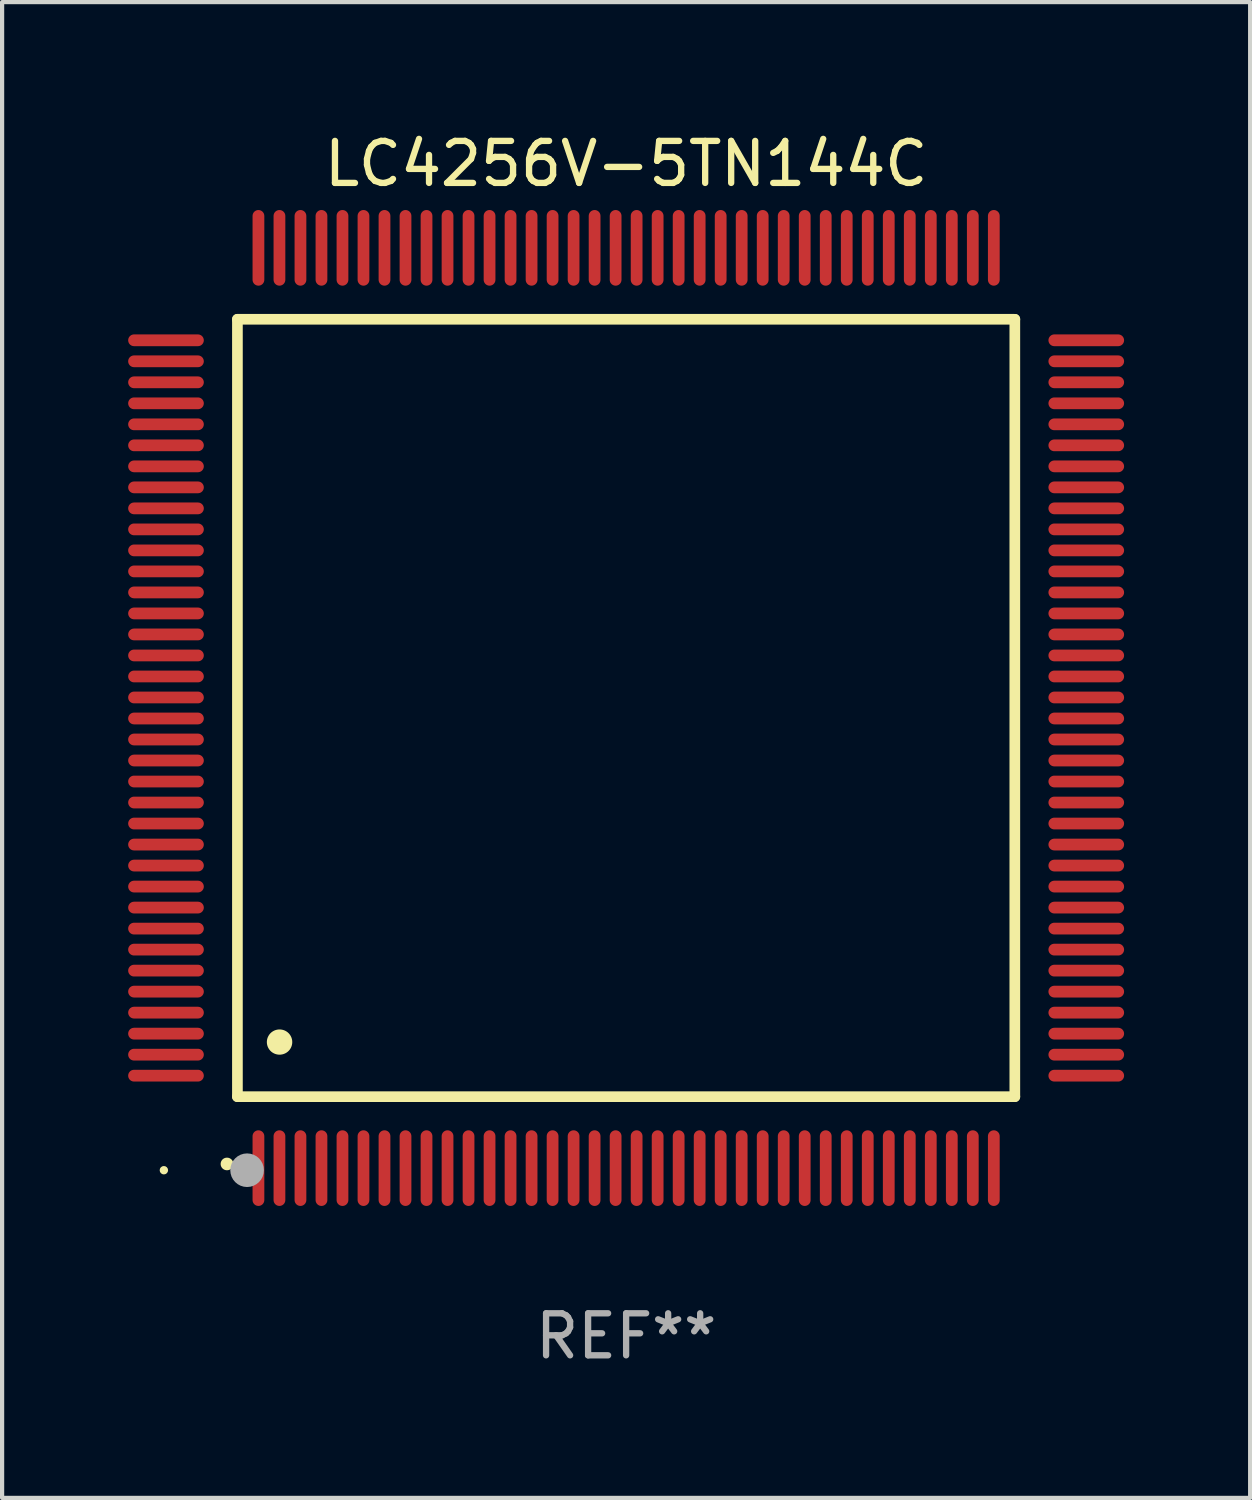
<source format=kicad_pcb>
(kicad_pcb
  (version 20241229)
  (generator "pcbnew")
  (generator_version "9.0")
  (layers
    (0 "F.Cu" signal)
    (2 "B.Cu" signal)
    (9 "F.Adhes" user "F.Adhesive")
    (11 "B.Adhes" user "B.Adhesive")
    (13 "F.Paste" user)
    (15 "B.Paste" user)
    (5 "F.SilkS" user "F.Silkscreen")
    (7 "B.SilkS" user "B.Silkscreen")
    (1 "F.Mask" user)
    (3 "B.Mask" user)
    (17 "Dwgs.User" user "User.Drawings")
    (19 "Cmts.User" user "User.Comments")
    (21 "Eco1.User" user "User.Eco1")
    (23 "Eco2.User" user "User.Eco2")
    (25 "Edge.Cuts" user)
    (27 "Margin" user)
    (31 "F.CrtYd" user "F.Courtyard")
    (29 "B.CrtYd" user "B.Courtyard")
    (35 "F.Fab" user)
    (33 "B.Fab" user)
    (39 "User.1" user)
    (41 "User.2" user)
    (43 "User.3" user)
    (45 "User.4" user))
  (footprint "LC4256V-5TN144C"
    (layer "F.Cu")
    (at 11.85 13.798)
    (property "Reference" "LC4256V-5TN144C" (at 0 -12.95 0) (layer "F.SilkS") (effects (font (size 1 1) (thickness 0.15))))
    (attr through_hole)
    (fp_line (start -9.25 -9.25) (end -9.25 9.25) (stroke (width 0.254) (type solid)) (layer "F.SilkS"))
    (fp_line (start -9.25 9.25) (end 9.25 9.25) (stroke (width 0.254) (type solid)) (layer "F.SilkS"))
    (fp_line (start 9.25 -9.25) (end -9.25 -9.25) (stroke (width 0.254) (type solid)) (layer "F.SilkS"))
    (fp_line (start 9.25 9.25) (end 9.25 -9.25) (stroke (width 0.254) (type solid)) (layer "F.SilkS"))
    (fp_arc (start -9.499619 10.850902) (mid -9.498349 10.850897) (end -9.497079 10.850902) (stroke (width 0.3) (type solid)) (layer "F.SilkS"))
    (fp_arc (start -8.249936 7.950216) (mid -8.247396 7.950205) (end -8.244856 7.950216) (stroke (width 0.6) (type solid)) (layer "F.SilkS"))
    (fp_circle (center -11 11) (end -10.95 11) (stroke (width 0.1) (type solid)) (fill no) (layer "F.SilkS"))
    (fp_circle (center -9.02 11) (end -8.82 11) (stroke (width 0.4) (type solid)) (fill no) (layer "F.Fab"))
    (fp_text user "REF**" (at 0 14.95 0) (layer "F.Fab") (effects (font (size 1 1) (thickness 0.15))))
    (pad "1" smd oval (at -8.75 10.95) (size 0.28 1.8) (layers "F.Cu" "F.Mask" "F.Paste"))
    (pad "2" smd oval (at -8.25 10.95) (size 0.28 1.8) (layers "F.Cu" "F.Mask" "F.Paste"))
    (pad "3" smd oval (at -7.75 10.95) (size 0.28 1.8) (layers "F.Cu" "F.Mask" "F.Paste"))
    (pad "4" smd oval (at -7.25 10.95) (size 0.28 1.8) (layers "F.Cu" "F.Mask" "F.Paste"))
    (pad "5" smd oval (at -6.75 10.95) (size 0.28 1.8) (layers "F.Cu" "F.Mask" "F.Paste"))
    (pad "6" smd oval (at -6.25 10.95) (size 0.28 1.8) (layers "F.Cu" "F.Mask" "F.Paste"))
    (pad "7" smd oval (at -5.75 10.95) (size 0.28 1.8) (layers "F.Cu" "F.Mask" "F.Paste"))
    (pad "8" smd oval (at -5.25 10.95) (size 0.28 1.8) (layers "F.Cu" "F.Mask" "F.Paste"))
    (pad "9" smd oval (at -4.75 10.95) (size 0.28 1.8) (layers "F.Cu" "F.Mask" "F.Paste"))
    (pad "10" smd oval (at -4.25 10.95) (size 0.28 1.8) (layers "F.Cu" "F.Mask" "F.Paste"))
    (pad "11" smd oval (at -3.75 10.95) (size 0.28 1.8) (layers "F.Cu" "F.Mask" "F.Paste"))
    (pad "12" smd oval (at -3.25 10.95) (size 0.28 1.8) (layers "F.Cu" "F.Mask" "F.Paste"))
    (pad "13" smd oval (at -2.75 10.95) (size 0.28 1.8) (layers "F.Cu" "F.Mask" "F.Paste"))
    (pad "14" smd oval (at -2.25 10.95) (size 0.28 1.8) (layers "F.Cu" "F.Mask" "F.Paste"))
    (pad "15" smd oval (at -1.75 10.95) (size 0.28 1.8) (layers "F.Cu" "F.Mask" "F.Paste"))
    (pad "16" smd oval (at -1.25 10.95) (size 0.28 1.8) (layers "F.Cu" "F.Mask" "F.Paste"))
    (pad "17" smd oval (at -0.75 10.95) (size 0.28 1.8) (layers "F.Cu" "F.Mask" "F.Paste"))
    (pad "18" smd oval (at -0.25 10.95) (size 0.28 1.8) (layers "F.Cu" "F.Mask" "F.Paste"))
    (pad "19" smd oval (at 0.25 10.95) (size 0.28 1.8) (layers "F.Cu" "F.Mask" "F.Paste"))
    (pad "20" smd oval (at 0.75 10.95) (size 0.28 1.8) (layers "F.Cu" "F.Mask" "F.Paste"))
    (pad "21" smd oval (at 1.25 10.95) (size 0.28 1.8) (layers "F.Cu" "F.Mask" "F.Paste"))
    (pad "22" smd oval (at 1.75 10.95) (size 0.28 1.8) (layers "F.Cu" "F.Mask" "F.Paste"))
    (pad "23" smd oval (at 2.25 10.95) (size 0.28 1.8) (layers "F.Cu" "F.Mask" "F.Paste"))
    (pad "24" smd oval (at 2.75 10.95) (size 0.28 1.8) (layers "F.Cu" "F.Mask" "F.Paste"))
    (pad "25" smd oval (at 3.25 10.95) (size 0.28 1.8) (layers "F.Cu" "F.Mask" "F.Paste"))
    (pad "26" smd oval (at 3.75 10.95) (size 0.28 1.8) (layers "F.Cu" "F.Mask" "F.Paste"))
    (pad "27" smd oval (at 4.25 10.95) (size 0.28 1.8) (layers "F.Cu" "F.Mask" "F.Paste"))
    (pad "28" smd oval (at 4.75 10.95) (size 0.28 1.8) (layers "F.Cu" "F.Mask" "F.Paste"))
    (pad "29" smd oval (at 5.25 10.95) (size 0.28 1.8) (layers "F.Cu" "F.Mask" "F.Paste"))
    (pad "30" smd oval (at 5.75 10.95) (size 0.28 1.8) (layers "F.Cu" "F.Mask" "F.Paste"))
    (pad "31" smd oval (at 6.25 10.95) (size 0.28 1.8) (layers "F.Cu" "F.Mask" "F.Paste"))
    (pad "32" smd oval (at 6.75 10.95) (size 0.28 1.8) (layers "F.Cu" "F.Mask" "F.Paste"))
    (pad "33" smd oval (at 7.25 10.95) (size 0.28 1.8) (layers "F.Cu" "F.Mask" "F.Paste"))
    (pad "34" smd oval (at 7.75 10.95) (size 0.28 1.8) (layers "F.Cu" "F.Mask" "F.Paste"))
    (pad "35" smd oval (at 8.25 10.95) (size 0.28 1.8) (layers "F.Cu" "F.Mask" "F.Paste"))
    (pad "36" smd oval (at 8.75 10.95) (size 0.28 1.8) (layers "F.Cu" "F.Mask" "F.Paste"))
    (pad "37" smd oval (at 10.95 8.75) (size 1.8 0.28) (layers "F.Cu" "F.Mask" "F.Paste"))
    (pad "38" smd oval (at 10.95 8.25) (size 1.8 0.28) (layers "F.Cu" "F.Mask" "F.Paste"))
    (pad "39" smd oval (at 10.95 7.75) (size 1.8 0.28) (layers "F.Cu" "F.Mask" "F.Paste"))
    (pad "40" smd oval (at 10.95 7.25) (size 1.8 0.28) (layers "F.Cu" "F.Mask" "F.Paste"))
    (pad "41" smd oval (at 10.95 6.75) (size 1.8 0.28) (layers "F.Cu" "F.Mask" "F.Paste"))
    (pad "42" smd oval (at 10.95 6.25) (size 1.8 0.28) (layers "F.Cu" "F.Mask" "F.Paste"))
    (pad "43" smd oval (at 10.95 5.75) (size 1.8 0.28) (layers "F.Cu" "F.Mask" "F.Paste"))
    (pad "44" smd oval (at 10.95 5.25) (size 1.8 0.28) (layers "F.Cu" "F.Mask" "F.Paste"))
    (pad "45" smd oval (at 10.95 4.75) (size 1.8 0.28) (layers "F.Cu" "F.Mask" "F.Paste"))
    (pad "46" smd oval (at 10.95 4.25) (size 1.8 0.28) (layers "F.Cu" "F.Mask" "F.Paste"))
    (pad "47" smd oval (at 10.95 3.75) (size 1.8 0.28) (layers "F.Cu" "F.Mask" "F.Paste"))
    (pad "48" smd oval (at 10.95 3.25) (size 1.8 0.28) (layers "F.Cu" "F.Mask" "F.Paste"))
    (pad "49" smd oval (at 10.95 2.75) (size 1.8 0.28) (layers "F.Cu" "F.Mask" "F.Paste"))
    (pad "50" smd oval (at 10.95 2.25) (size 1.8 0.28) (layers "F.Cu" "F.Mask" "F.Paste"))
    (pad "51" smd oval (at 10.95 1.75) (size 1.8 0.28) (layers "F.Cu" "F.Mask" "F.Paste"))
    (pad "52" smd oval (at 10.95 1.25) (size 1.8 0.28) (layers "F.Cu" "F.Mask" "F.Paste"))
    (pad "53" smd oval (at 10.95 0.75) (size 1.8 0.28) (layers "F.Cu" "F.Mask" "F.Paste"))
    (pad "54" smd oval (at 10.95 0.25) (size 1.8 0.28) (layers "F.Cu" "F.Mask" "F.Paste"))
    (pad "55" smd oval (at 10.95 -0.25) (size 1.8 0.28) (layers "F.Cu" "F.Mask" "F.Paste"))
    (pad "56" smd oval (at 10.95 -0.75) (size 1.8 0.28) (layers "F.Cu" "F.Mask" "F.Paste"))
    (pad "57" smd oval (at 10.95 -1.25) (size 1.8 0.28) (layers "F.Cu" "F.Mask" "F.Paste"))
    (pad "58" smd oval (at 10.95 -1.75) (size 1.8 0.28) (layers "F.Cu" "F.Mask" "F.Paste"))
    (pad "59" smd oval (at 10.95 -2.25) (size 1.8 0.28) (layers "F.Cu" "F.Mask" "F.Paste"))
    (pad "60" smd oval (at 10.95 -2.75) (size 1.8 0.28) (layers "F.Cu" "F.Mask" "F.Paste"))
    (pad "61" smd oval (at 10.95 -3.25) (size 1.8 0.28) (layers "F.Cu" "F.Mask" "F.Paste"))
    (pad "62" smd oval (at 10.95 -3.75) (size 1.8 0.28) (layers "F.Cu" "F.Mask" "F.Paste"))
    (pad "63" smd oval (at 10.95 -4.25) (size 1.8 0.28) (layers "F.Cu" "F.Mask" "F.Paste"))
    (pad "64" smd oval (at 10.95 -4.75) (size 1.8 0.28) (layers "F.Cu" "F.Mask" "F.Paste"))
    (pad "65" smd oval (at 10.95 -5.25) (size 1.8 0.28) (layers "F.Cu" "F.Mask" "F.Paste"))
    (pad "66" smd oval (at 10.95 -5.75) (size 1.8 0.28) (layers "F.Cu" "F.Mask" "F.Paste"))
    (pad "67" smd oval (at 10.95 -6.25) (size 1.8 0.28) (layers "F.Cu" "F.Mask" "F.Paste"))
    (pad "68" smd oval (at 10.95 -6.75) (size 1.8 0.28) (layers "F.Cu" "F.Mask" "F.Paste"))
    (pad "69" smd oval (at 10.95 -7.25) (size 1.8 0.28) (layers "F.Cu" "F.Mask" "F.Paste"))
    (pad "70" smd oval (at 10.95 -7.75) (size 1.8 0.28) (layers "F.Cu" "F.Mask" "F.Paste"))
    (pad "71" smd oval (at 10.95 -8.25) (size 1.8 0.28) (layers "F.Cu" "F.Mask" "F.Paste"))
    (pad "72" smd oval (at 10.95 -8.75) (size 1.8 0.28) (layers "F.Cu" "F.Mask" "F.Paste"))
    (pad "73" smd oval (at 8.75 -10.95) (size 0.28 1.8) (layers "F.Cu" "F.Mask" "F.Paste"))
    (pad "74" smd oval (at 8.25 -10.95) (size 0.28 1.8) (layers "F.Cu" "F.Mask" "F.Paste"))
    (pad "75" smd oval (at 7.75 -10.95) (size 0.28 1.8) (layers "F.Cu" "F.Mask" "F.Paste"))
    (pad "76" smd oval (at 7.25 -10.95) (size 0.28 1.8) (layers "F.Cu" "F.Mask" "F.Paste"))
    (pad "77" smd oval (at 6.75 -10.95) (size 0.28 1.8) (layers "F.Cu" "F.Mask" "F.Paste"))
    (pad "78" smd oval (at 6.25 -10.95) (size 0.28 1.8) (layers "F.Cu" "F.Mask" "F.Paste"))
    (pad "79" smd oval (at 5.75 -10.95) (size 0.28 1.8) (layers "F.Cu" "F.Mask" "F.Paste"))
    (pad "80" smd oval (at 5.25 -10.95) (size 0.28 1.8) (layers "F.Cu" "F.Mask" "F.Paste"))
    (pad "81" smd oval (at 4.75 -10.95) (size 0.28 1.8) (layers "F.Cu" "F.Mask" "F.Paste"))
    (pad "82" smd oval (at 4.25 -10.95) (size 0.28 1.8) (layers "F.Cu" "F.Mask" "F.Paste"))
    (pad "83" smd oval (at 3.75 -10.95) (size 0.28 1.8) (layers "F.Cu" "F.Mask" "F.Paste"))
    (pad "84" smd oval (at 3.25 -10.95) (size 0.28 1.8) (layers "F.Cu" "F.Mask" "F.Paste"))
    (pad "85" smd oval (at 2.75 -10.95) (size 0.28 1.8) (layers "F.Cu" "F.Mask" "F.Paste"))
    (pad "86" smd oval (at 2.25 -10.95) (size 0.28 1.8) (layers "F.Cu" "F.Mask" "F.Paste"))
    (pad "87" smd oval (at 1.75 -10.95) (size 0.28 1.8) (layers "F.Cu" "F.Mask" "F.Paste"))
    (pad "88" smd oval (at 1.25 -10.95) (size 0.28 1.8) (layers "F.Cu" "F.Mask" "F.Paste"))
    (pad "89" smd oval (at 0.75 -10.95) (size 0.28 1.8) (layers "F.Cu" "F.Mask" "F.Paste"))
    (pad "90" smd oval (at 0.25 -10.95) (size 0.28 1.8) (layers "F.Cu" "F.Mask" "F.Paste"))
    (pad "91" smd oval (at -0.25 -10.95) (size 0.28 1.8) (layers "F.Cu" "F.Mask" "F.Paste"))
    (pad "92" smd oval (at -0.75 -10.95) (size 0.28 1.8) (layers "F.Cu" "F.Mask" "F.Paste"))
    (pad "93" smd oval (at -1.25 -10.95) (size 0.28 1.8) (layers "F.Cu" "F.Mask" "F.Paste"))
    (pad "94" smd oval (at -1.75 -10.95) (size 0.28 1.8) (layers "F.Cu" "F.Mask" "F.Paste"))
    (pad "95" smd oval (at -2.25 -10.95) (size 0.28 1.8) (layers "F.Cu" "F.Mask" "F.Paste"))
    (pad "96" smd oval (at -2.75 -10.95) (size 0.28 1.8) (layers "F.Cu" "F.Mask" "F.Paste"))
    (pad "97" smd oval (at -3.25 -10.95) (size 0.28 1.8) (layers "F.Cu" "F.Mask" "F.Paste"))
    (pad "98" smd oval (at -3.75 -10.95) (size 0.28 1.8) (layers "F.Cu" "F.Mask" "F.Paste"))
    (pad "99" smd oval (at -4.25 -10.95) (size 0.28 1.8) (layers "F.Cu" "F.Mask" "F.Paste"))
    (pad "100" smd oval (at -4.75 -10.95) (size 0.28 1.8) (layers "F.Cu" "F.Mask" "F.Paste"))
    (pad "101" smd oval (at -5.25 -10.95) (size 0.28 1.8) (layers "F.Cu" "F.Mask" "F.Paste"))
    (pad "102" smd oval (at -5.75 -10.95) (size 0.28 1.8) (layers "F.Cu" "F.Mask" "F.Paste"))
    (pad "103" smd oval (at -6.25 -10.95) (size 0.28 1.8) (layers "F.Cu" "F.Mask" "F.Paste"))
    (pad "104" smd oval (at -6.75 -10.95) (size 0.28 1.8) (layers "F.Cu" "F.Mask" "F.Paste"))
    (pad "105" smd oval (at -7.25 -10.95) (size 0.28 1.8) (layers "F.Cu" "F.Mask" "F.Paste"))
    (pad "106" smd oval (at -7.75 -10.95) (size 0.28 1.8) (layers "F.Cu" "F.Mask" "F.Paste"))
    (pad "107" smd oval (at -8.25 -10.95) (size 0.28 1.8) (layers "F.Cu" "F.Mask" "F.Paste"))
    (pad "108" smd oval (at -8.75 -10.95) (size 0.28 1.8) (layers "F.Cu" "F.Mask" "F.Paste"))
    (pad "109" smd oval (at -10.95 -8.75) (size 1.8 0.28) (layers "F.Cu" "F.Mask" "F.Paste"))
    (pad "110" smd oval (at -10.95 -8.25) (size 1.8 0.28) (layers "F.Cu" "F.Mask" "F.Paste"))
    (pad "111" smd oval (at -10.95 -7.75) (size 1.8 0.28) (layers "F.Cu" "F.Mask" "F.Paste"))
    (pad "112" smd oval (at -10.95 -7.25) (size 1.8 0.28) (layers "F.Cu" "F.Mask" "F.Paste"))
    (pad "113" smd oval (at -10.95 -6.75) (size 1.8 0.28) (layers "F.Cu" "F.Mask" "F.Paste"))
    (pad "114" smd oval (at -10.95 -6.25) (size 1.8 0.28) (layers "F.Cu" "F.Mask" "F.Paste"))
    (pad "115" smd oval (at -10.95 -5.75) (size 1.8 0.28) (layers "F.Cu" "F.Mask" "F.Paste"))
    (pad "116" smd oval (at -10.95 -5.25) (size 1.8 0.28) (layers "F.Cu" "F.Mask" "F.Paste"))
    (pad "117" smd oval (at -10.95 -4.75) (size 1.8 0.28) (layers "F.Cu" "F.Mask" "F.Paste"))
    (pad "118" smd oval (at -10.95 -4.25) (size 1.8 0.28) (layers "F.Cu" "F.Mask" "F.Paste"))
    (pad "119" smd oval (at -10.95 -3.75) (size 1.8 0.28) (layers "F.Cu" "F.Mask" "F.Paste"))
    (pad "120" smd oval (at -10.95 -3.25) (size 1.8 0.28) (layers "F.Cu" "F.Mask" "F.Paste"))
    (pad "121" smd oval (at -10.95 -2.75) (size 1.8 0.28) (layers "F.Cu" "F.Mask" "F.Paste"))
    (pad "122" smd oval (at -10.95 -2.25) (size 1.8 0.28) (layers "F.Cu" "F.Mask" "F.Paste"))
    (pad "123" smd oval (at -10.95 -1.75) (size 1.8 0.28) (layers "F.Cu" "F.Mask" "F.Paste"))
    (pad "124" smd oval (at -10.95 -1.25) (size 1.8 0.28) (layers "F.Cu" "F.Mask" "F.Paste"))
    (pad "125" smd oval (at -10.95 -0.75) (size 1.8 0.28) (layers "F.Cu" "F.Mask" "F.Paste"))
    (pad "126" smd oval (at -10.95 -0.25) (size 1.8 0.28) (layers "F.Cu" "F.Mask" "F.Paste"))
    (pad "127" smd oval (at -10.95 0.25) (size 1.8 0.28) (layers "F.Cu" "F.Mask" "F.Paste"))
    (pad "128" smd oval (at -10.95 0.75) (size 1.8 0.28) (layers "F.Cu" "F.Mask" "F.Paste"))
    (pad "129" smd oval (at -10.95 1.25) (size 1.8 0.28) (layers "F.Cu" "F.Mask" "F.Paste"))
    (pad "130" smd oval (at -10.95 1.75) (size 1.8 0.28) (layers "F.Cu" "F.Mask" "F.Paste"))
    (pad "131" smd oval (at -10.95 2.25) (size 1.8 0.28) (layers "F.Cu" "F.Mask" "F.Paste"))
    (pad "132" smd oval (at -10.95 2.75) (size 1.8 0.28) (layers "F.Cu" "F.Mask" "F.Paste"))
    (pad "133" smd oval (at -10.95 3.25) (size 1.8 0.28) (layers "F.Cu" "F.Mask" "F.Paste"))
    (pad "134" smd oval (at -10.95 3.75) (size 1.8 0.28) (layers "F.Cu" "F.Mask" "F.Paste"))
    (pad "135" smd oval (at -10.95 4.25) (size 1.8 0.28) (layers "F.Cu" "F.Mask" "F.Paste"))
    (pad "136" smd oval (at -10.95 4.75) (size 1.8 0.28) (layers "F.Cu" "F.Mask" "F.Paste"))
    (pad "137" smd oval (at -10.95 5.25) (size 1.8 0.28) (layers "F.Cu" "F.Mask" "F.Paste"))
    (pad "138" smd oval (at -10.95 5.75) (size 1.8 0.28) (layers "F.Cu" "F.Mask" "F.Paste"))
    (pad "139" smd oval (at -10.95 6.25) (size 1.8 0.28) (layers "F.Cu" "F.Mask" "F.Paste"))
    (pad "140" smd oval (at -10.95 6.75) (size 1.8 0.28) (layers "F.Cu" "F.Mask" "F.Paste"))
    (pad "141" smd oval (at -10.95 7.25) (size 1.8 0.28) (layers "F.Cu" "F.Mask" "F.Paste"))
    (pad "142" smd oval (at -10.95 7.75) (size 1.8 0.28) (layers "F.Cu" "F.Mask" "F.Paste"))
    (pad "143" smd oval (at -10.95 8.25) (size 1.8 0.28) (layers "F.Cu" "F.Mask" "F.Paste"))
    (pad "144" smd oval (at -10.95 8.75) (size 1.8 0.28) (layers "F.Cu" "F.Mask" "F.Paste")))
  (gr_rect
    (start -3 -3)
    (end 26.7 32.596)
    (stroke (width 0.1) (type default))
    (fill no)
    (layer "Edge.Cuts")))
</source>
